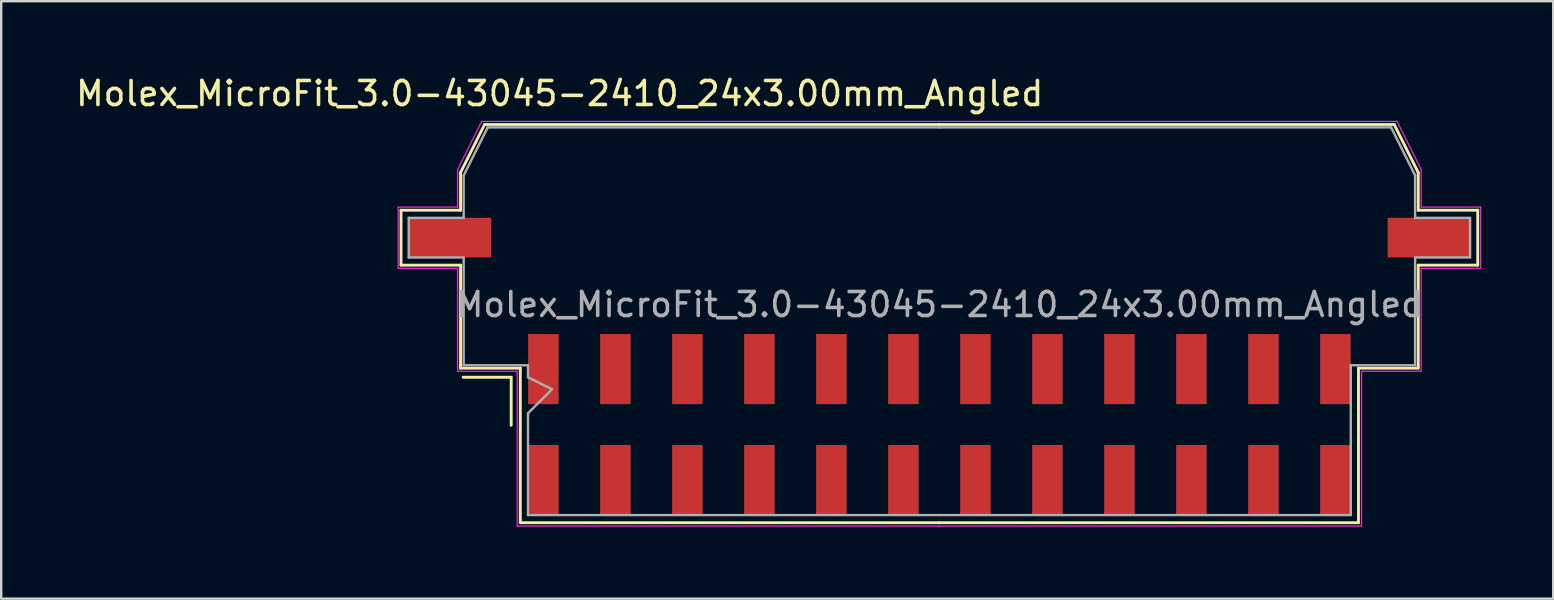
<source format=kicad_pcb>
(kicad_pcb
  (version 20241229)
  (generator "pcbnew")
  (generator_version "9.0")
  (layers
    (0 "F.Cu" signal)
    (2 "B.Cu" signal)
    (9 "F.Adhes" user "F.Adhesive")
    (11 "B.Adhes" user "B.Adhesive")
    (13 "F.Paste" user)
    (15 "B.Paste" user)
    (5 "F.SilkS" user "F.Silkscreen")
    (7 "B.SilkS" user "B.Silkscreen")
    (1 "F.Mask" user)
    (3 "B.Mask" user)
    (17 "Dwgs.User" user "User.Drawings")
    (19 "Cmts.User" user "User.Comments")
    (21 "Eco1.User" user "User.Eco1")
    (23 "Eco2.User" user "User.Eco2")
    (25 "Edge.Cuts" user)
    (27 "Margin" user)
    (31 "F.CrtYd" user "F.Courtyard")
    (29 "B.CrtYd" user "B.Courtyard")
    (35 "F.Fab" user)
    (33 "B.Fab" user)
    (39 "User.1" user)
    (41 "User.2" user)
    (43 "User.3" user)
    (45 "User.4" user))
  (footprint "Molex_MicroFit_3.0-43045-2410_24x3.00mm_Angled"
    (layer "F.Cu")
    (at 36.088 14.638)
    (property "Reference" "Molex_MicroFit_3.0-43045-2410_24x3.00mm_Angled" (at -15.82 -13.79 0) (layer "F.SilkS") (effects (font (size 1 1) (thickness 0.15))))
    (attr smd)
    (fp_line (start -22.43 -8.93) (end -22.43 -6.64) (stroke (width 0.12) (type solid)) (layer "F.SilkS"))
    (fp_line (start -22.43 -6.64) (end -19.95 -6.64) (stroke (width 0.12) (type solid)) (layer "F.SilkS"))
    (fp_line (start -19.95 -10.5) (end -19.95 -8.93) (stroke (width 0.12) (type solid)) (layer "F.SilkS"))
    (fp_line (start -19.95 -8.93) (end -22.43 -8.93) (stroke (width 0.12) (type solid)) (layer "F.SilkS"))
    (fp_line (start -19.95 -6.64) (end -19.95 -2.35) (stroke (width 0.12) (type solid)) (layer "F.SilkS"))
    (fp_line (start -19.95 -2.35) (end -17.46 -2.35) (stroke (width 0.12) (type solid)) (layer "F.SilkS"))
    (fp_line (start -19.84 -1.97) (end -17.84 -1.97) (stroke (width 0.12) (type solid)) (layer "F.SilkS"))
    (fp_line (start -18.95 -12.5) (end -19.95 -10.5) (stroke (width 0.12) (type solid)) (layer "F.SilkS"))
    (fp_line (start -17.84 -1.97) (end -17.84 0.03) (stroke (width 0.12) (type solid)) (layer "F.SilkS"))
    (fp_line (start -17.46 -2.35) (end -17.46 4.09) (stroke (width 0.12) (type solid)) (layer "F.SilkS"))
    (fp_line (start -17.46 4.09) (end 0 4.09) (stroke (width 0.12) (type solid)) (layer "F.SilkS"))
    (fp_line (start 0 -12.5) (end -18.95 -12.5) (stroke (width 0.12) (type solid)) (layer "F.SilkS"))
    (fp_line (start 0 -12.5) (end 18.95 -12.5) (stroke (width 0.12) (type solid)) (layer "F.SilkS"))
    (fp_line (start 17.46 -2.35) (end 17.46 4.09) (stroke (width 0.12) (type solid)) (layer "F.SilkS"))
    (fp_line (start 17.46 4.09) (end 0 4.09) (stroke (width 0.12) (type solid)) (layer "F.SilkS"))
    (fp_line (start 18.95 -12.5) (end 19.95 -10.5) (stroke (width 0.12) (type solid)) (layer "F.SilkS"))
    (fp_line (start 19.95 -10.5) (end 19.95 -8.93) (stroke (width 0.12) (type solid)) (layer "F.SilkS"))
    (fp_line (start 19.95 -8.93) (end 22.43 -8.93) (stroke (width 0.12) (type solid)) (layer "F.SilkS"))
    (fp_line (start 19.95 -6.64) (end 19.95 -2.35) (stroke (width 0.12) (type solid)) (layer "F.SilkS"))
    (fp_line (start 19.95 -2.35) (end 17.46 -2.35) (stroke (width 0.12) (type solid)) (layer "F.SilkS"))
    (fp_line (start 22.43 -8.93) (end 22.43 -6.64) (stroke (width 0.12) (type solid)) (layer "F.SilkS"))
    (fp_line (start 22.43 -6.64) (end 19.95 -6.64) (stroke (width 0.12) (type solid)) (layer "F.SilkS"))
    (fp_line (start -22.55 -9.06) (end -22.55 -6.51) (stroke (width 0.05) (type solid)) (layer "F.CrtYd"))
    (fp_line (start -22.55 -6.51) (end -20.07 -6.51) (stroke (width 0.05) (type solid)) (layer "F.CrtYd"))
    (fp_line (start -20.07 -10.63) (end -20.07 -9.06) (stroke (width 0.05) (type solid)) (layer "F.CrtYd"))
    (fp_line (start -20.07 -9.06) (end -22.55 -9.06) (stroke (width 0.05) (type solid)) (layer "F.CrtYd"))
    (fp_line (start -20.07 -6.51) (end -20.07 -2.22) (stroke (width 0.05) (type solid)) (layer "F.CrtYd"))
    (fp_line (start -20.07 -2.22) (end -17.59 -2.22) (stroke (width 0.05) (type solid)) (layer "F.CrtYd"))
    (fp_line (start -19.07 -12.63) (end -20.07 -10.63) (stroke (width 0.05) (type solid)) (layer "F.CrtYd"))
    (fp_line (start -17.59 -2.22) (end -17.59 4.23) (stroke (width 0.05) (type solid)) (layer "F.CrtYd"))
    (fp_line (start -17.59 4.23) (end 0 4.23) (stroke (width 0.05) (type solid)) (layer "F.CrtYd"))
    (fp_line (start 0 -12.63) (end -19.07 -12.63) (stroke (width 0.05) (type solid)) (layer "F.CrtYd"))
    (fp_line (start 0 -12.63) (end 19.07 -12.63) (stroke (width 0.05) (type solid)) (layer "F.CrtYd"))
    (fp_line (start 17.59 -2.22) (end 17.59 4.23) (stroke (width 0.05) (type solid)) (layer "F.CrtYd"))
    (fp_line (start 17.59 4.23) (end 0 4.23) (stroke (width 0.05) (type solid)) (layer "F.CrtYd"))
    (fp_line (start 19.07 -12.63) (end 20.07 -10.63) (stroke (width 0.05) (type solid)) (layer "F.CrtYd"))
    (fp_line (start 20.07 -10.63) (end 20.07 -9.06) (stroke (width 0.05) (type solid)) (layer "F.CrtYd"))
    (fp_line (start 20.07 -9.06) (end 22.55 -9.06) (stroke (width 0.05) (type solid)) (layer "F.CrtYd"))
    (fp_line (start 20.07 -6.51) (end 20.07 -2.22) (stroke (width 0.05) (type solid)) (layer "F.CrtYd"))
    (fp_line (start 20.07 -2.22) (end 17.59 -2.22) (stroke (width 0.05) (type solid)) (layer "F.CrtYd"))
    (fp_line (start 22.55 -9.06) (end 22.55 -6.51) (stroke (width 0.05) (type solid)) (layer "F.CrtYd"))
    (fp_line (start 22.55 -6.51) (end 20.07 -6.51) (stroke (width 0.05) (type solid)) (layer "F.CrtYd"))
    (fp_line (start -22.11 -8.61) (end -22.11 -6.96) (stroke (width 0.1) (type solid)) (layer "F.Fab"))
    (fp_line (start -22.11 -6.96) (end -19.82 -6.96) (stroke (width 0.1) (type solid)) (layer "F.Fab"))
    (fp_line (start -19.82 -10.38) (end -19.82 -8.61) (stroke (width 0.1) (type solid)) (layer "F.Fab"))
    (fp_line (start -19.82 -8.61) (end -22.11 -8.61) (stroke (width 0.1) (type solid)) (layer "F.Fab"))
    (fp_line (start -19.82 -6.96) (end -19.82 -2.47) (stroke (width 0.1) (type solid)) (layer "F.Fab"))
    (fp_line (start -19.82 -2.47) (end -17.14 -2.47) (stroke (width 0.1) (type solid)) (layer "F.Fab"))
    (fp_line (start -18.82 -12.38) (end -19.82 -10.38) (stroke (width 0.1) (type solid)) (layer "F.Fab"))
    (fp_line (start -17.14 -2.47) (end -17.14 -1.97) (stroke (width 0.1) (type solid)) (layer "F.Fab"))
    (fp_line (start -17.14 -1.97) (end -16.14 -1.47) (stroke (width 0.1) (type solid)) (layer "F.Fab"))
    (fp_line (start -17.14 -0.47) (end -17.14 3.77) (stroke (width 0.1) (type solid)) (layer "F.Fab"))
    (fp_line (start -17.14 3.77) (end 0 3.77) (stroke (width 0.1) (type solid)) (layer "F.Fab"))
    (fp_line (start -16.14 -1.47) (end -17.14 -0.47) (stroke (width 0.1) (type solid)) (layer "F.Fab"))
    (fp_line (start 0 -12.38) (end -18.82 -12.38) (stroke (width 0.1) (type solid)) (layer "F.Fab"))
    (fp_line (start 0 -12.38) (end 18.82 -12.38) (stroke (width 0.1) (type solid)) (layer "F.Fab"))
    (fp_line (start 17.14 -2.47) (end 17.14 3.77) (stroke (width 0.1) (type solid)) (layer "F.Fab"))
    (fp_line (start 17.14 3.77) (end 0 3.77) (stroke (width 0.1) (type solid)) (layer "F.Fab"))
    (fp_line (start 18.82 -12.38) (end 19.82 -10.38) (stroke (width 0.1) (type solid)) (layer "F.Fab"))
    (fp_line (start 19.82 -10.38) (end 19.82 -8.61) (stroke (width 0.1) (type solid)) (layer "F.Fab"))
    (fp_line (start 19.82 -8.61) (end 22.11 -8.61) (stroke (width 0.1) (type solid)) (layer "F.Fab"))
    (fp_line (start 19.82 -6.96) (end 19.82 -2.47) (stroke (width 0.1) (type solid)) (layer "F.Fab"))
    (fp_line (start 19.82 -2.47) (end 17.14 -2.47) (stroke (width 0.1) (type solid)) (layer "F.Fab"))
    (fp_line (start 22.11 -8.61) (end 22.11 -6.96) (stroke (width 0.1) (type solid)) (layer "F.Fab"))
    (fp_line (start 22.11 -6.96) (end 19.82 -6.96) (stroke (width 0.1) (type solid)) (layer "F.Fab"))
    (fp_text user "${REFERENCE}" (at 0 -5 0) (layer "F.Fab") (effects (font (size 1 1) (thickness 0.15))))
    (pad "" smd rect (at -20.39 -7.79) (size 3.43 1.65) (layers "F.Cu" "F.Mask" "F.Paste"))
    (pad "" smd rect (at 20.39 -7.79) (size 3.43 1.65) (layers "F.Cu" "F.Mask" "F.Paste"))
    (pad "1" smd rect (at -16.5 -2.31) (size 1.27 2.92) (layers "F.Cu" "F.Mask" "F.Paste"))
    (pad "2" smd rect (at -13.5 -2.31) (size 1.27 2.92) (layers "F.Cu" "F.Mask" "F.Paste"))
    (pad "3" smd rect (at -10.5 -2.31) (size 1.27 2.92) (layers "F.Cu" "F.Mask" "F.Paste"))
    (pad "4" smd rect (at -7.5 -2.31) (size 1.27 2.92) (layers "F.Cu" "F.Mask" "F.Paste"))
    (pad "5" smd rect (at -4.5 -2.31) (size 1.27 2.92) (layers "F.Cu" "F.Mask" "F.Paste"))
    (pad "6" smd rect (at -1.5 -2.31) (size 1.27 2.92) (layers "F.Cu" "F.Mask" "F.Paste"))
    (pad "7" smd rect (at 1.5 -2.31) (size 1.27 2.92) (layers "F.Cu" "F.Mask" "F.Paste"))
    (pad "8" smd rect (at 4.5 -2.31) (size 1.27 2.92) (layers "F.Cu" "F.Mask" "F.Paste"))
    (pad "9" smd rect (at 7.5 -2.31) (size 1.27 2.92) (layers "F.Cu" "F.Mask" "F.Paste"))
    (pad "10" smd rect (at 10.5 -2.31) (size 1.27 2.92) (layers "F.Cu" "F.Mask" "F.Paste"))
    (pad "11" smd rect (at 13.5 -2.31) (size 1.27 2.92) (layers "F.Cu" "F.Mask" "F.Paste"))
    (pad "12" smd rect (at 16.5 -2.31) (size 1.27 2.92) (layers "F.Cu" "F.Mask" "F.Paste"))
    (pad "13" smd rect (at 16.5 2.31) (size 1.27 2.92) (layers "F.Cu" "F.Mask" "F.Paste"))
    (pad "14" smd rect (at 13.5 2.31) (size 1.27 2.92) (layers "F.Cu" "F.Mask" "F.Paste"))
    (pad "15" smd rect (at 10.5 2.31) (size 1.27 2.92) (layers "F.Cu" "F.Mask" "F.Paste"))
    (pad "16" smd rect (at 7.5 2.31) (size 1.27 2.92) (layers "F.Cu" "F.Mask" "F.Paste"))
    (pad "17" smd rect (at 4.5 2.31) (size 1.27 2.92) (layers "F.Cu" "F.Mask" "F.Paste"))
    (pad "18" smd rect (at 1.5 2.31) (size 1.27 2.92) (layers "F.Cu" "F.Mask" "F.Paste"))
    (pad "19" smd rect (at -1.5 2.31) (size 1.27 2.92) (layers "F.Cu" "F.Mask" "F.Paste"))
    (pad "20" smd rect (at -4.5 2.31) (size 1.27 2.92) (layers "F.Cu" "F.Mask" "F.Paste"))
    (pad "21" smd rect (at -7.5 2.31) (size 1.27 2.92) (layers "F.Cu" "F.Mask" "F.Paste"))
    (pad "22" smd rect (at -10.5 2.31) (size 1.27 2.92) (layers "F.Cu" "F.Mask" "F.Paste"))
    (pad "23" smd rect (at -13.5 2.31) (size 1.27 2.92) (layers "F.Cu" "F.Mask" "F.Paste"))
    (pad "24" smd rect (at -16.5 2.31) (size 1.27 2.92) (layers "F.Cu" "F.Mask" "F.Paste")))
  (gr_rect
    (start -3 -3)
    (end 61.663 21.893)
    (stroke (width 0.1) (type default))
    (fill no)
    (layer "Edge.Cuts")))
</source>
